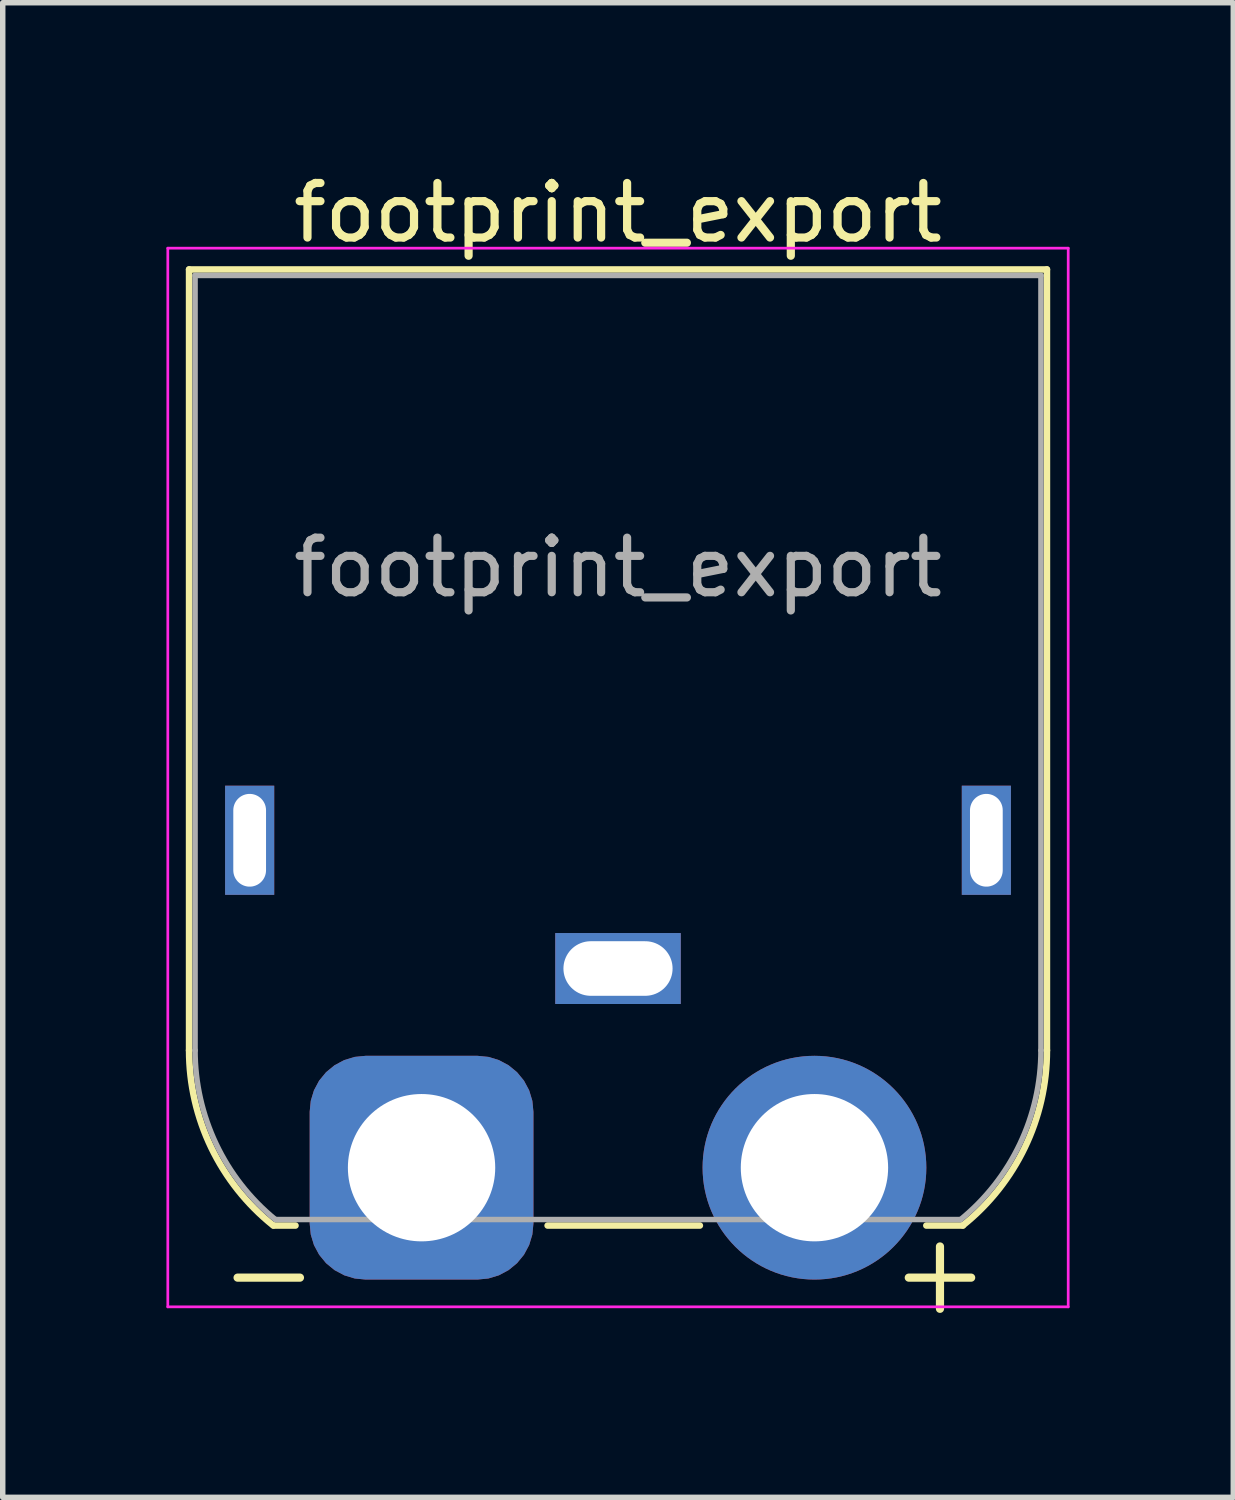
<source format=kicad_pcb>
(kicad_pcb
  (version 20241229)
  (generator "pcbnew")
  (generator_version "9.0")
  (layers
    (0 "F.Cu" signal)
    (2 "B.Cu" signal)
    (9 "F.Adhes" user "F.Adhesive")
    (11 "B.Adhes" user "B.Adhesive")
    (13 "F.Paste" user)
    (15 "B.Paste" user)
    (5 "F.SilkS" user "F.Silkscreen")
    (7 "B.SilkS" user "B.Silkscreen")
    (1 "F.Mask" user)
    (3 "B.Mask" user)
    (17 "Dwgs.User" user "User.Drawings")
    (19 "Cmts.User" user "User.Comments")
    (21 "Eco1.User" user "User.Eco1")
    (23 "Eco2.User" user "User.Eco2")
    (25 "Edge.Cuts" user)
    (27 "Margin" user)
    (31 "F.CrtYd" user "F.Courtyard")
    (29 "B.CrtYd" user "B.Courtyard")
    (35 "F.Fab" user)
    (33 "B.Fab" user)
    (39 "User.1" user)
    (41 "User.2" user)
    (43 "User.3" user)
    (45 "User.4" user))
  (footprint "footprint_export"
    (layer "F.Cu")
    (at 4.675 18.348)
    (property "Reference" "footprint_export" (at 3.6 -17.5 0) (layer "F.SilkS") (effects (font (size 1 1) (thickness 0.15))))
    (attr through_hole)
    (fp_line (start -4.26 -16.46) (end -4.26 -2.15) (stroke (width 0.12) (type solid)) (layer "F.SilkS"))
    (fp_line (start -4.26 -16.46) (end 11.46 -16.46) (stroke (width 0.12) (type solid)) (layer "F.SilkS"))
    (fp_line (start -2.71 1.06) (end -2.31 1.06) (stroke (width 0.12) (type solid)) (layer "F.SilkS"))
    (fp_line (start 2.31 1.06) (end 5.1 1.06) (stroke (width 0.12) (type solid)) (layer "F.SilkS"))
    (fp_line (start 9.25 1.06) (end 9.92 1.06) (stroke (width 0.12) (type solid)) (layer "F.SilkS"))
    (fp_line (start 11.46 -16.46) (end 11.46 -2.15) (stroke (width 0.12) (type solid)) (layer "F.SilkS"))
    (fp_arc (start -2.718715 1.058395) (mid -3.854694 -0.370298) (end -4.26 -2.15) (stroke (width 0.12) (type solid)) (layer "F.SilkS"))
    (fp_arc (start 11.46 -2.15) (mid 11.05498 -0.370894) (end 9.919747 1.057569) (stroke (width 0.12) (type solid)) (layer "F.SilkS"))
    (fp_line (start -4.65 -16.85) (end -4.65 2.55) (stroke (width 0.05) (type solid)) (layer "F.CrtYd"))
    (fp_line (start -4.65 -16.85) (end 11.85 -16.85) (stroke (width 0.05) (type solid)) (layer "F.CrtYd"))
    (fp_line (start 11.85 -16.85) (end 11.85 2.55) (stroke (width 0.05) (type solid)) (layer "F.CrtYd"))
    (fp_line (start 11.85 2.55) (end -4.65 2.55) (stroke (width 0.05) (type solid)) (layer "F.CrtYd"))
    (fp_line (start -4.15 -16.35) (end -4.15 -2.15) (stroke (width 0.1) (type solid)) (layer "F.Fab"))
    (fp_line (start -4.15 -16.35) (end 11.35 -16.35) (stroke (width 0.1) (type solid)) (layer "F.Fab"))
    (fp_line (start -2.67 0.95) (end 9.88 0.95) (stroke (width 0.1) (type solid)) (layer "F.Fab"))
    (fp_line (start 11.35 -16.35) (end 11.35 -2.15) (stroke (width 0.1) (type solid)) (layer "F.Fab"))
    (fp_arc (start -2.678117 0.949778) (mid -3.763341 -0.434259) (end -4.15 -2.15) (stroke (width 0.1) (type solid)) (layer "F.Fab"))
    (fp_arc (start 11.35 -2.15) (mid 10.963341 -0.434259) (end 9.878117 0.949778) (stroke (width 0.1) (type solid)) (layer "F.Fab"))
    (fp_text user "+" (at 9.5 1.9 0) (layer "F.SilkS") (effects (font (size 1.5 1.5) (thickness 0.15))))
    (fp_text user "-" (at -2.8 1.9 0) (layer "F.SilkS") (effects (font (size 1.5 1.5) (thickness 0.15))))
    (fp_text user "${REFERENCE}" (at 3.6 -11 0) (layer "F.Fab") (effects (font (size 1 1) (thickness 0.15))))
    (pad "" thru_hole rect (at -3.15 -6) (size 0.9 2) (drill oval 0.6 1.7) (layers "*.Cu" "*.Mask"))
    (pad "" thru_hole rect (at 10.35 -6) (size 0.9 2) (drill oval 0.6 1.7) (layers "*.Cu" "*.Mask"))
    (pad "1" thru_hole roundrect (at 0 0) (size 4.1 4.1) (drill 2.7) (layers "*.Cu" "*.Mask") (roundrect_rratio 0.25))
    (pad "2" thru_hole circle (at 7.2 0) (size 4.1 4.1) (drill 2.7) (layers "*.Cu" "*.Mask"))
    (pad "3" thru_hole rect (at 3.6 -3.65) (size 2.3 1.3) (drill oval 2 1) (layers "*.Cu" "*.Mask")))
  (gr_rect
    (start -3 -3)
    (end 19.55 24.389)
    (stroke (width 0.1) (type default))
    (fill no)
    (layer "Edge.Cuts")))
</source>
